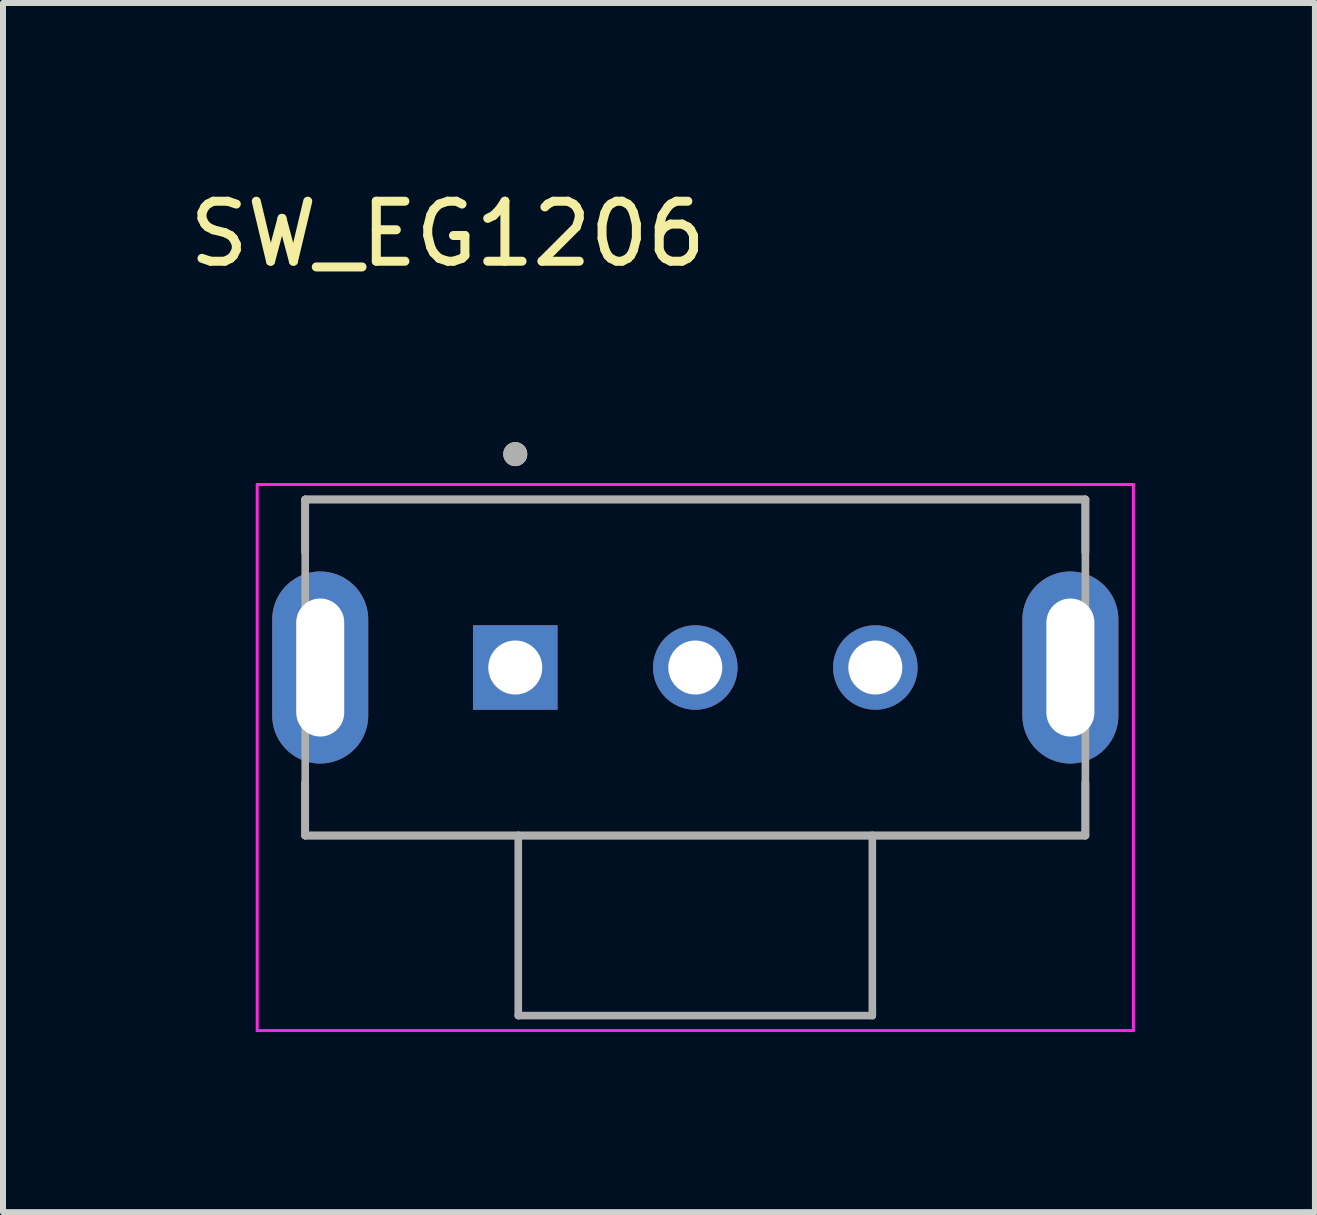
<source format=kicad_pcb>
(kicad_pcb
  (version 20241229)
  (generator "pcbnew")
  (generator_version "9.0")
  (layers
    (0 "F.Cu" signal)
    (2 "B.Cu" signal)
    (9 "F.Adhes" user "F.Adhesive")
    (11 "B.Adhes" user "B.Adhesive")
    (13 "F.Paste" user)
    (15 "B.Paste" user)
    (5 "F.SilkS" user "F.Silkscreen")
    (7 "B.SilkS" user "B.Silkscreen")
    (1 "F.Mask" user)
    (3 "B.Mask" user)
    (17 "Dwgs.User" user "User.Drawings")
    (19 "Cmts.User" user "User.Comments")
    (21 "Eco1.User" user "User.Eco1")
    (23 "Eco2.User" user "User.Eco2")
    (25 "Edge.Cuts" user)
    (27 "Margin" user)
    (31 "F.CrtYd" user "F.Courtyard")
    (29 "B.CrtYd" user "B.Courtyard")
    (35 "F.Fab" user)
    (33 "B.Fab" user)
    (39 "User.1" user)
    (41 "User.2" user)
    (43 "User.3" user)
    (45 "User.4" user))
  (footprint "SW_EG1206"
    (layer "F.Cu")
    (at 8.536 8.073)
    (property "Reference" "SW_EG1206" (at -4.125 -7.225 0) (layer "F.SilkS") (effects (font (size 1 1) (thickness 0.15))))
    (attr through_hole)
    (fp_line (start -6.5 -2.8) (end 6.5 -2.8) (stroke (width 0.127) (type solid)) (layer "F.SilkS"))
    (fp_line (start -6.5 -1.92) (end -6.5 -2.8) (stroke (width 0.127) (type solid)) (layer "F.SilkS"))
    (fp_line (start -6.5 2.8) (end -6.5 1.92) (stroke (width 0.127) (type solid)) (layer "F.SilkS"))
    (fp_line (start -2.95 2.8) (end -6.5 2.8) (stroke (width 0.127) (type solid)) (layer "F.SilkS"))
    (fp_line (start 2.95 2.8) (end -2.95 2.8) (stroke (width 0.127) (type solid)) (layer "F.SilkS"))
    (fp_line (start 6.5 -2.8) (end 6.5 -1.92) (stroke (width 0.127) (type solid)) (layer "F.SilkS"))
    (fp_line (start 6.5 2.8) (end 2.95 2.8) (stroke (width 0.127) (type solid)) (layer "F.SilkS"))
    (fp_line (start 6.5 2.8) (end 6.5 1.92) (stroke (width 0.127) (type solid)) (layer "F.SilkS"))
    (fp_circle (center -3 -3.556) (end -2.9 -3.556) (stroke (width 0.2) (type solid)) (fill no) (layer "F.SilkS"))
    (fp_line (start -7.3 -3.05) (end -7.3 6.05) (stroke (width 0.05) (type solid)) (layer "F.CrtYd"))
    (fp_line (start -7.3 6.05) (end 7.3 6.05) (stroke (width 0.05) (type solid)) (layer "F.CrtYd"))
    (fp_line (start 7.3 -3.05) (end -7.3 -3.05) (stroke (width 0.05) (type solid)) (layer "F.CrtYd"))
    (fp_line (start 7.3 6.05) (end 7.3 -3.05) (stroke (width 0.05) (type solid)) (layer "F.CrtYd"))
    (fp_line (start -6.5 -2.8) (end 6.5 -2.8) (stroke (width 0.127) (type solid)) (layer "F.Fab"))
    (fp_line (start -6.5 2.8) (end -6.5 -2.8) (stroke (width 0.127) (type solid)) (layer "F.Fab"))
    (fp_line (start -2.95 2.8) (end -6.5 2.8) (stroke (width 0.127) (type solid)) (layer "F.Fab"))
    (fp_line (start -2.95 2.8) (end -2.95 5.8) (stroke (width 0.127) (type solid)) (layer "F.Fab"))
    (fp_line (start -2.95 5.8) (end 2.95 5.8) (stroke (width 0.127) (type solid)) (layer "F.Fab"))
    (fp_line (start 2.95 2.8) (end -2.95 2.8) (stroke (width 0.127) (type solid)) (layer "F.Fab"))
    (fp_line (start 2.95 5.8) (end 2.95 2.8) (stroke (width 0.127) (type solid)) (layer "F.Fab"))
    (fp_line (start 6.5 -2.8) (end 6.5 2.8) (stroke (width 0.127) (type solid)) (layer "F.Fab"))
    (fp_line (start 6.5 2.8) (end 2.95 2.8) (stroke (width 0.127) (type solid)) (layer "F.Fab"))
    (fp_circle (center -3 -3.556) (end -2.9 -3.556) (stroke (width 0.2) (type solid)) (fill no) (layer "F.Fab"))
    (pad "1" thru_hole rect (at -3 0) (size 1.408 1.408) (drill 0.9) (layers "*.Cu" "*.Mask"))
    (pad "2" thru_hole circle (at 0 0) (size 1.408 1.408) (drill 0.9) (layers "*.Cu" "*.Mask"))
    (pad "3" thru_hole circle (at 3 0) (size 1.408 1.408) (drill 0.9) (layers "*.Cu" "*.Mask"))
    (pad "SH1" thru_hole oval (at -6.25 0) (size 1.6 3.2) (drill oval 0.8 2.3) (layers "*.Cu" "*.Mask"))
    (pad "SH2" thru_hole oval (at 6.25 0) (size 1.6 3.2) (drill oval 0.8 2.3) (layers "*.Cu" "*.Mask")))
  (gr_rect
    (start -3 -3)
    (end 18.861 17.148)
    (stroke (width 0.1) (type default))
    (fill no)
    (layer "Edge.Cuts")))
</source>
